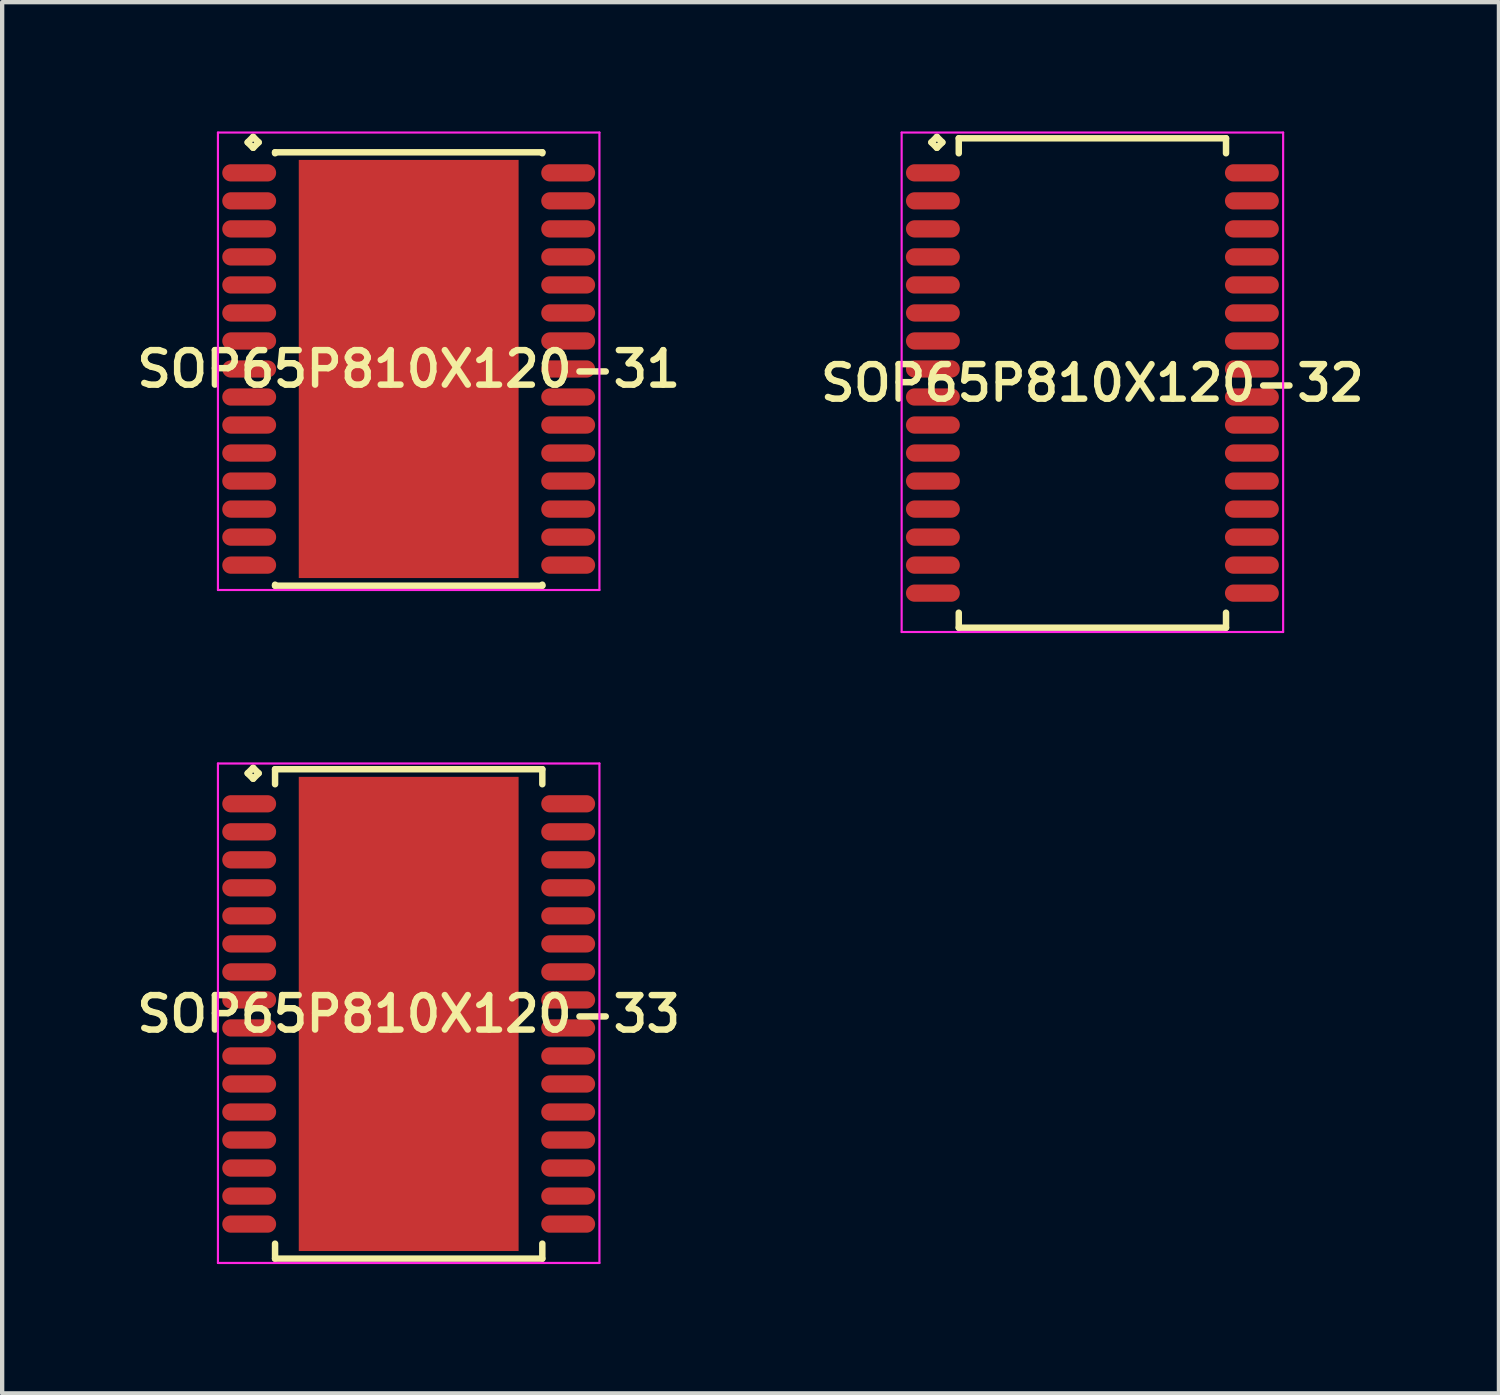
<source format=kicad_pcb>
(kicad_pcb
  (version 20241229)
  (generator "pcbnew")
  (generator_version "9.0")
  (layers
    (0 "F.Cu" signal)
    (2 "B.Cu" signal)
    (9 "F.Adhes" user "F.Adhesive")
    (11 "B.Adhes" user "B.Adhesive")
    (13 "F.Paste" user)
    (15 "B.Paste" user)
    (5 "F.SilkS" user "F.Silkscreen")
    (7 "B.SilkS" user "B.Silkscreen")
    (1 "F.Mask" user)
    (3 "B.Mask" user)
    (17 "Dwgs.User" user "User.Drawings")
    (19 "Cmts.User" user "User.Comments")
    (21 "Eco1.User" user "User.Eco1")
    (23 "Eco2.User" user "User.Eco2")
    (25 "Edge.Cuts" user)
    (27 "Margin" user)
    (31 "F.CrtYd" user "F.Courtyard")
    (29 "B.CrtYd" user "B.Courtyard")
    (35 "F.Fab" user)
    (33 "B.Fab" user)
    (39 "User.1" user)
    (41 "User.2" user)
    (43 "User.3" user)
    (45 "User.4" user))
  (footprint "SOP65P810X120-32"
    (layer "F.Cu")
    (at 22.292 5.835)
    (property "Reference" "SOP65P810X120-32" (at 0 0 0) (layer "F.SilkS") (effects (font (size 0.8 0.8) (thickness 0.15))))
    (attr smd)
    (fp_line (start -3.735 -5.583) (end -3.608 -5.71) (stroke (width 0.15) (type solid)) (layer "F.SilkS"))
    (fp_line (start -3.608 -5.71) (end -3.481 -5.583) (stroke (width 0.15) (type solid)) (layer "F.SilkS"))
    (fp_line (start -3.608 -5.456) (end -3.735 -5.583) (stroke (width 0.15) (type solid)) (layer "F.SilkS"))
    (fp_line (start -3.481 -5.583) (end -3.608 -5.456) (stroke (width 0.15) (type solid)) (layer "F.SilkS"))
    (fp_line (start -3.1 -5.677) (end 3.1 -5.677) (stroke (width 0.15) (type solid)) (layer "F.SilkS"))
    (fp_line (start -3.1 -5.329) (end -3.1 -5.677) (stroke (width 0.15) (type solid)) (layer "F.SilkS"))
    (fp_line (start -3.1 5.329) (end -3.1 5.677) (stroke (width 0.15) (type solid)) (layer "F.SilkS"))
    (fp_line (start -3.1 5.677) (end 3.1 5.677) (stroke (width 0.15) (type solid)) (layer "F.SilkS"))
    (fp_line (start 3.1 -5.677) (end 3.1 -5.329) (stroke (width 0.15) (type solid)) (layer "F.SilkS"))
    (fp_line (start 3.1 5.677) (end 3.1 5.329) (stroke (width 0.15) (type solid)) (layer "F.SilkS"))
    (fp_line (start -4.425 -5.81) (end 4.425 -5.81) (stroke (width 0.05) (type solid)) (layer "F.CrtYd"))
    (fp_line (start -4.425 5.777) (end -4.425 -5.81) (stroke (width 0.05) (type solid)) (layer "F.CrtYd"))
    (fp_line (start 4.425 -5.81) (end 4.425 5.777) (stroke (width 0.05) (type solid)) (layer "F.CrtYd"))
    (fp_line (start 4.425 5.777) (end -4.425 5.777) (stroke (width 0.05) (type solid)) (layer "F.CrtYd"))
    (pad "1" smd oval (at -3.7 -4.875) (size 1.25 0.4) (layers "F.Cu" "F.Mask" "F.Paste"))
    (pad "2" smd oval (at -3.7 -4.225) (size 1.25 0.4) (layers "F.Cu" "F.Mask" "F.Paste"))
    (pad "3" smd oval (at -3.7 -3.575) (size 1.25 0.4) (layers "F.Cu" "F.Mask" "F.Paste"))
    (pad "4" smd oval (at -3.7 -2.925) (size 1.25 0.4) (layers "F.Cu" "F.Mask" "F.Paste"))
    (pad "5" smd oval (at -3.7 -2.275) (size 1.25 0.4) (layers "F.Cu" "F.Mask" "F.Paste"))
    (pad "6" smd oval (at -3.7 -1.625) (size 1.25 0.4) (layers "F.Cu" "F.Mask" "F.Paste"))
    (pad "7" smd oval (at -3.7 -0.975) (size 1.25 0.4) (layers "F.Cu" "F.Mask" "F.Paste"))
    (pad "8" smd oval (at -3.7 -0.325) (size 1.25 0.4) (layers "F.Cu" "F.Mask" "F.Paste"))
    (pad "9" smd oval (at -3.7 0.325) (size 1.25 0.4) (layers "F.Cu" "F.Mask" "F.Paste"))
    (pad "10" smd oval (at -3.7 0.975) (size 1.25 0.4) (layers "F.Cu" "F.Mask" "F.Paste"))
    (pad "11" smd oval (at -3.7 1.625) (size 1.25 0.4) (layers "F.Cu" "F.Mask" "F.Paste"))
    (pad "12" smd oval (at -3.7 2.275) (size 1.25 0.4) (layers "F.Cu" "F.Mask" "F.Paste"))
    (pad "13" smd oval (at -3.7 2.925) (size 1.25 0.4) (layers "F.Cu" "F.Mask" "F.Paste"))
    (pad "14" smd oval (at -3.7 3.575) (size 1.25 0.4) (layers "F.Cu" "F.Mask" "F.Paste"))
    (pad "15" smd oval (at -3.7 4.225) (size 1.25 0.4) (layers "F.Cu" "F.Mask" "F.Paste"))
    (pad "16" smd oval (at -3.7 4.875) (size 1.25 0.4) (layers "F.Cu" "F.Mask" "F.Paste"))
    (pad "17" smd oval (at 3.7 4.875) (size 1.25 0.4) (layers "F.Cu" "F.Mask" "F.Paste"))
    (pad "18" smd oval (at 3.7 4.225) (size 1.25 0.4) (layers "F.Cu" "F.Mask" "F.Paste"))
    (pad "19" smd oval (at 3.7 3.575) (size 1.25 0.4) (layers "F.Cu" "F.Mask" "F.Paste"))
    (pad "20" smd oval (at 3.7 2.925) (size 1.25 0.4) (layers "F.Cu" "F.Mask" "F.Paste"))
    (pad "21" smd oval (at 3.7 2.275) (size 1.25 0.4) (layers "F.Cu" "F.Mask" "F.Paste"))
    (pad "22" smd oval (at 3.7 1.625) (size 1.25 0.4) (layers "F.Cu" "F.Mask" "F.Paste"))
    (pad "23" smd oval (at 3.7 0.975) (size 1.25 0.4) (layers "F.Cu" "F.Mask" "F.Paste"))
    (pad "24" smd oval (at 3.7 0.325) (size 1.25 0.4) (layers "F.Cu" "F.Mask" "F.Paste"))
    (pad "25" smd oval (at 3.7 -0.325) (size 1.25 0.4) (layers "F.Cu" "F.Mask" "F.Paste"))
    (pad "26" smd oval (at 3.7 -0.975) (size 1.25 0.4) (layers "F.Cu" "F.Mask" "F.Paste"))
    (pad "27" smd oval (at 3.7 -1.625) (size 1.25 0.4) (layers "F.Cu" "F.Mask" "F.Paste"))
    (pad "28" smd oval (at 3.7 -2.275) (size 1.25 0.4) (layers "F.Cu" "F.Mask" "F.Paste"))
    (pad "29" smd oval (at 3.7 -2.925) (size 1.25 0.4) (layers "F.Cu" "F.Mask" "F.Paste"))
    (pad "30" smd oval (at 3.7 -3.575) (size 1.25 0.4) (layers "F.Cu" "F.Mask" "F.Paste"))
    (pad "31" smd oval (at 3.7 -4.225) (size 1.25 0.4) (layers "F.Cu" "F.Mask" "F.Paste"))
    (pad "32" smd oval (at 3.7 -4.875) (size 1.25 0.4) (layers "F.Cu" "F.Mask" "F.Paste")))
  (footprint "SOP65P810X120-31"
    (layer "F.Cu")
    (at 6.431 5.51)
    (property "Reference" "SOP65P810X120-31" (at 0 0 0) (layer "F.SilkS") (effects (font (size 0.8 0.8) (thickness 0.15))))
    (attr smd)
    (fp_line (start -3.735 -5.258) (end -3.608 -5.385) (stroke (width 0.15) (type solid)) (layer "F.SilkS"))
    (fp_line (start -3.608 -5.385) (end -3.481 -5.258) (stroke (width 0.15) (type solid)) (layer "F.SilkS"))
    (fp_line (start -3.608 -5.131) (end -3.735 -5.258) (stroke (width 0.15) (type solid)) (layer "F.SilkS"))
    (fp_line (start -3.481 -5.258) (end -3.608 -5.131) (stroke (width 0.15) (type solid)) (layer "F.SilkS"))
    (fp_line (start -3.1 -5.027) (end 3.1 -5.027) (stroke (width 0.15) (type solid)) (layer "F.SilkS"))
    (fp_line (start -3.1 -5.004) (end -3.1 -5.027) (stroke (width 0.15) (type solid)) (layer "F.SilkS"))
    (fp_line (start -3.1 5.004) (end -3.1 5.027) (stroke (width 0.15) (type solid)) (layer "F.SilkS"))
    (fp_line (start -3.1 5.027) (end 3.1 5.027) (stroke (width 0.15) (type solid)) (layer "F.SilkS"))
    (fp_line (start 3.1 -5.027) (end 3.1 -5.004) (stroke (width 0.15) (type solid)) (layer "F.SilkS"))
    (fp_line (start 3.1 5.027) (end 3.1 5.004) (stroke (width 0.15) (type solid)) (layer "F.SilkS"))
    (fp_line (start -4.425 -5.485) (end 4.425 -5.485) (stroke (width 0.05) (type solid)) (layer "F.CrtYd"))
    (fp_line (start -4.425 5.127) (end -4.425 -5.485) (stroke (width 0.05) (type solid)) (layer "F.CrtYd"))
    (fp_line (start 4.425 -5.485) (end 4.425 5.127) (stroke (width 0.05) (type solid)) (layer "F.CrtYd"))
    (fp_line (start 4.425 5.127) (end -4.425 5.127) (stroke (width 0.05) (type solid)) (layer "F.CrtYd"))
    (pad "1" smd oval (at -3.7 -4.55) (size 1.25 0.4) (layers "F.Cu" "F.Mask" "F.Paste"))
    (pad "2" smd oval (at -3.7 -3.9) (size 1.25 0.4) (layers "F.Cu" "F.Mask" "F.Paste"))
    (pad "3" smd oval (at -3.7 -3.25) (size 1.25 0.4) (layers "F.Cu" "F.Mask" "F.Paste"))
    (pad "4" smd oval (at -3.7 -2.6) (size 1.25 0.4) (layers "F.Cu" "F.Mask" "F.Paste"))
    (pad "5" smd oval (at -3.7 -1.95) (size 1.25 0.4) (layers "F.Cu" "F.Mask" "F.Paste"))
    (pad "6" smd oval (at -3.7 -1.3) (size 1.25 0.4) (layers "F.Cu" "F.Mask" "F.Paste"))
    (pad "7" smd oval (at -3.7 -0.65) (size 1.25 0.4) (layers "F.Cu" "F.Mask" "F.Paste"))
    (pad "8" smd oval (at -3.7 0) (size 1.25 0.4) (layers "F.Cu" "F.Mask" "F.Paste"))
    (pad "9" smd oval (at -3.7 0.65) (size 1.25 0.4) (layers "F.Cu" "F.Mask" "F.Paste"))
    (pad "10" smd oval (at -3.7 1.3) (size 1.25 0.4) (layers "F.Cu" "F.Mask" "F.Paste"))
    (pad "11" smd oval (at -3.7 1.95) (size 1.25 0.4) (layers "F.Cu" "F.Mask" "F.Paste"))
    (pad "12" smd oval (at -3.7 2.6) (size 1.25 0.4) (layers "F.Cu" "F.Mask" "F.Paste"))
    (pad "13" smd oval (at -3.7 3.25) (size 1.25 0.4) (layers "F.Cu" "F.Mask" "F.Paste"))
    (pad "14" smd oval (at -3.7 3.9) (size 1.25 0.4) (layers "F.Cu" "F.Mask" "F.Paste"))
    (pad "15" smd oval (at -3.7 4.55) (size 1.25 0.4) (layers "F.Cu" "F.Mask" "F.Paste"))
    (pad "16" smd oval (at 3.7 4.55) (size 1.25 0.4) (layers "F.Cu" "F.Mask" "F.Paste"))
    (pad "17" smd oval (at 3.7 3.9) (size 1.25 0.4) (layers "F.Cu" "F.Mask" "F.Paste"))
    (pad "18" smd oval (at 3.7 3.25) (size 1.25 0.4) (layers "F.Cu" "F.Mask" "F.Paste"))
    (pad "19" smd oval (at 3.7 2.6) (size 1.25 0.4) (layers "F.Cu" "F.Mask" "F.Paste"))
    (pad "20" smd oval (at 3.7 1.95) (size 1.25 0.4) (layers "F.Cu" "F.Mask" "F.Paste"))
    (pad "21" smd oval (at 3.7 1.3) (size 1.25 0.4) (layers "F.Cu" "F.Mask" "F.Paste"))
    (pad "22" smd oval (at 3.7 0.65) (size 1.25 0.4) (layers "F.Cu" "F.Mask" "F.Paste"))
    (pad "23" smd oval (at 3.7 0) (size 1.25 0.4) (layers "F.Cu" "F.Mask" "F.Paste"))
    (pad "24" smd oval (at 3.7 -0.65) (size 1.25 0.4) (layers "F.Cu" "F.Mask" "F.Paste"))
    (pad "25" smd oval (at 3.7 -1.3) (size 1.25 0.4) (layers "F.Cu" "F.Mask" "F.Paste"))
    (pad "26" smd oval (at 3.7 -1.95) (size 1.25 0.4) (layers "F.Cu" "F.Mask" "F.Paste"))
    (pad "27" smd oval (at 3.7 -2.6) (size 1.25 0.4) (layers "F.Cu" "F.Mask" "F.Paste"))
    (pad "28" smd oval (at 3.7 -3.25) (size 1.25 0.4) (layers "F.Cu" "F.Mask" "F.Paste"))
    (pad "29" smd oval (at 3.7 -3.9) (size 1.25 0.4) (layers "F.Cu" "F.Mask" "F.Paste"))
    (pad "30" smd oval (at 3.7 -4.55) (size 1.25 0.4) (layers "F.Cu" "F.Mask" "F.Paste"))
    (pad "31" smd rect (at 0 0) (size 5.1 9.7) (layers "F.Cu" "F.Mask" "F.Paste")))
  (footprint "SOP65P810X120-33"
    (layer "F.Cu")
    (at 6.431 20.472)
    (property "Reference" "SOP65P810X120-33" (at 0 0 0) (layer "F.SilkS") (effects (font (size 0.8 0.8) (thickness 0.15))))
    (attr smd)
    (fp_line (start -3.735 -5.583) (end -3.608 -5.71) (stroke (width 0.15) (type solid)) (layer "F.SilkS"))
    (fp_line (start -3.608 -5.71) (end -3.481 -5.583) (stroke (width 0.15) (type solid)) (layer "F.SilkS"))
    (fp_line (start -3.608 -5.456) (end -3.735 -5.583) (stroke (width 0.15) (type solid)) (layer "F.SilkS"))
    (fp_line (start -3.481 -5.583) (end -3.608 -5.456) (stroke (width 0.15) (type solid)) (layer "F.SilkS"))
    (fp_line (start -3.1 -5.677) (end 3.1 -5.677) (stroke (width 0.15) (type solid)) (layer "F.SilkS"))
    (fp_line (start -3.1 -5.329) (end -3.1 -5.677) (stroke (width 0.15) (type solid)) (layer "F.SilkS"))
    (fp_line (start -3.1 5.329) (end -3.1 5.677) (stroke (width 0.15) (type solid)) (layer "F.SilkS"))
    (fp_line (start -3.1 5.677) (end 3.1 5.677) (stroke (width 0.15) (type solid)) (layer "F.SilkS"))
    (fp_line (start 3.1 -5.677) (end 3.1 -5.329) (stroke (width 0.15) (type solid)) (layer "F.SilkS"))
    (fp_line (start 3.1 5.677) (end 3.1 5.329) (stroke (width 0.15) (type solid)) (layer "F.SilkS"))
    (fp_line (start -4.425 -5.81) (end 4.425 -5.81) (stroke (width 0.05) (type solid)) (layer "F.CrtYd"))
    (fp_line (start -4.425 5.777) (end -4.425 -5.81) (stroke (width 0.05) (type solid)) (layer "F.CrtYd"))
    (fp_line (start 4.425 -5.81) (end 4.425 5.777) (stroke (width 0.05) (type solid)) (layer "F.CrtYd"))
    (fp_line (start 4.425 5.777) (end -4.425 5.777) (stroke (width 0.05) (type solid)) (layer "F.CrtYd"))
    (pad "1" smd oval (at -3.7 -4.875) (size 1.25 0.4) (layers "F.Cu" "F.Mask" "F.Paste"))
    (pad "2" smd oval (at -3.7 -4.225) (size 1.25 0.4) (layers "F.Cu" "F.Mask" "F.Paste"))
    (pad "3" smd oval (at -3.7 -3.575) (size 1.25 0.4) (layers "F.Cu" "F.Mask" "F.Paste"))
    (pad "4" smd oval (at -3.7 -2.925) (size 1.25 0.4) (layers "F.Cu" "F.Mask" "F.Paste"))
    (pad "5" smd oval (at -3.7 -2.275) (size 1.25 0.4) (layers "F.Cu" "F.Mask" "F.Paste"))
    (pad "6" smd oval (at -3.7 -1.625) (size 1.25 0.4) (layers "F.Cu" "F.Mask" "F.Paste"))
    (pad "7" smd oval (at -3.7 -0.975) (size 1.25 0.4) (layers "F.Cu" "F.Mask" "F.Paste"))
    (pad "8" smd oval (at -3.7 -0.325) (size 1.25 0.4) (layers "F.Cu" "F.Mask" "F.Paste"))
    (pad "9" smd oval (at -3.7 0.325) (size 1.25 0.4) (layers "F.Cu" "F.Mask" "F.Paste"))
    (pad "10" smd oval (at -3.7 0.975) (size 1.25 0.4) (layers "F.Cu" "F.Mask" "F.Paste"))
    (pad "11" smd oval (at -3.7 1.625) (size 1.25 0.4) (layers "F.Cu" "F.Mask" "F.Paste"))
    (pad "12" smd oval (at -3.7 2.275) (size 1.25 0.4) (layers "F.Cu" "F.Mask" "F.Paste"))
    (pad "13" smd oval (at -3.7 2.925) (size 1.25 0.4) (layers "F.Cu" "F.Mask" "F.Paste"))
    (pad "14" smd oval (at -3.7 3.575) (size 1.25 0.4) (layers "F.Cu" "F.Mask" "F.Paste"))
    (pad "15" smd oval (at -3.7 4.225) (size 1.25 0.4) (layers "F.Cu" "F.Mask" "F.Paste"))
    (pad "16" smd oval (at -3.7 4.875) (size 1.25 0.4) (layers "F.Cu" "F.Mask" "F.Paste"))
    (pad "17" smd oval (at 3.7 4.875) (size 1.25 0.4) (layers "F.Cu" "F.Mask" "F.Paste"))
    (pad "18" smd oval (at 3.7 4.225) (size 1.25 0.4) (layers "F.Cu" "F.Mask" "F.Paste"))
    (pad "19" smd oval (at 3.7 3.575) (size 1.25 0.4) (layers "F.Cu" "F.Mask" "F.Paste"))
    (pad "20" smd oval (at 3.7 2.925) (size 1.25 0.4) (layers "F.Cu" "F.Mask" "F.Paste"))
    (pad "21" smd oval (at 3.7 2.275) (size 1.25 0.4) (layers "F.Cu" "F.Mask" "F.Paste"))
    (pad "22" smd oval (at 3.7 1.625) (size 1.25 0.4) (layers "F.Cu" "F.Mask" "F.Paste"))
    (pad "23" smd oval (at 3.7 0.975) (size 1.25 0.4) (layers "F.Cu" "F.Mask" "F.Paste"))
    (pad "24" smd oval (at 3.7 0.325) (size 1.25 0.4) (layers "F.Cu" "F.Mask" "F.Paste"))
    (pad "25" smd oval (at 3.7 -0.325) (size 1.25 0.4) (layers "F.Cu" "F.Mask" "F.Paste"))
    (pad "26" smd oval (at 3.7 -0.975) (size 1.25 0.4) (layers "F.Cu" "F.Mask" "F.Paste"))
    (pad "27" smd oval (at 3.7 -1.625) (size 1.25 0.4) (layers "F.Cu" "F.Mask" "F.Paste"))
    (pad "28" smd oval (at 3.7 -2.275) (size 1.25 0.4) (layers "F.Cu" "F.Mask" "F.Paste"))
    (pad "29" smd oval (at 3.7 -2.925) (size 1.25 0.4) (layers "F.Cu" "F.Mask" "F.Paste"))
    (pad "30" smd oval (at 3.7 -3.575) (size 1.25 0.4) (layers "F.Cu" "F.Mask" "F.Paste"))
    (pad "31" smd oval (at 3.7 -4.225) (size 1.25 0.4) (layers "F.Cu" "F.Mask" "F.Paste"))
    (pad "32" smd oval (at 3.7 -4.875) (size 1.25 0.4) (layers "F.Cu" "F.Mask" "F.Paste"))
    (pad "33" smd rect (at 0 0) (size 5.1 11) (layers "F.Cu" "F.Mask" "F.Paste")))
  (gr_rect
    (start -3 -3)
    (end 31.723 29.274)
    (stroke (width 0.1) (type default))
    (fill no)
    (layer "Edge.Cuts")))
</source>
